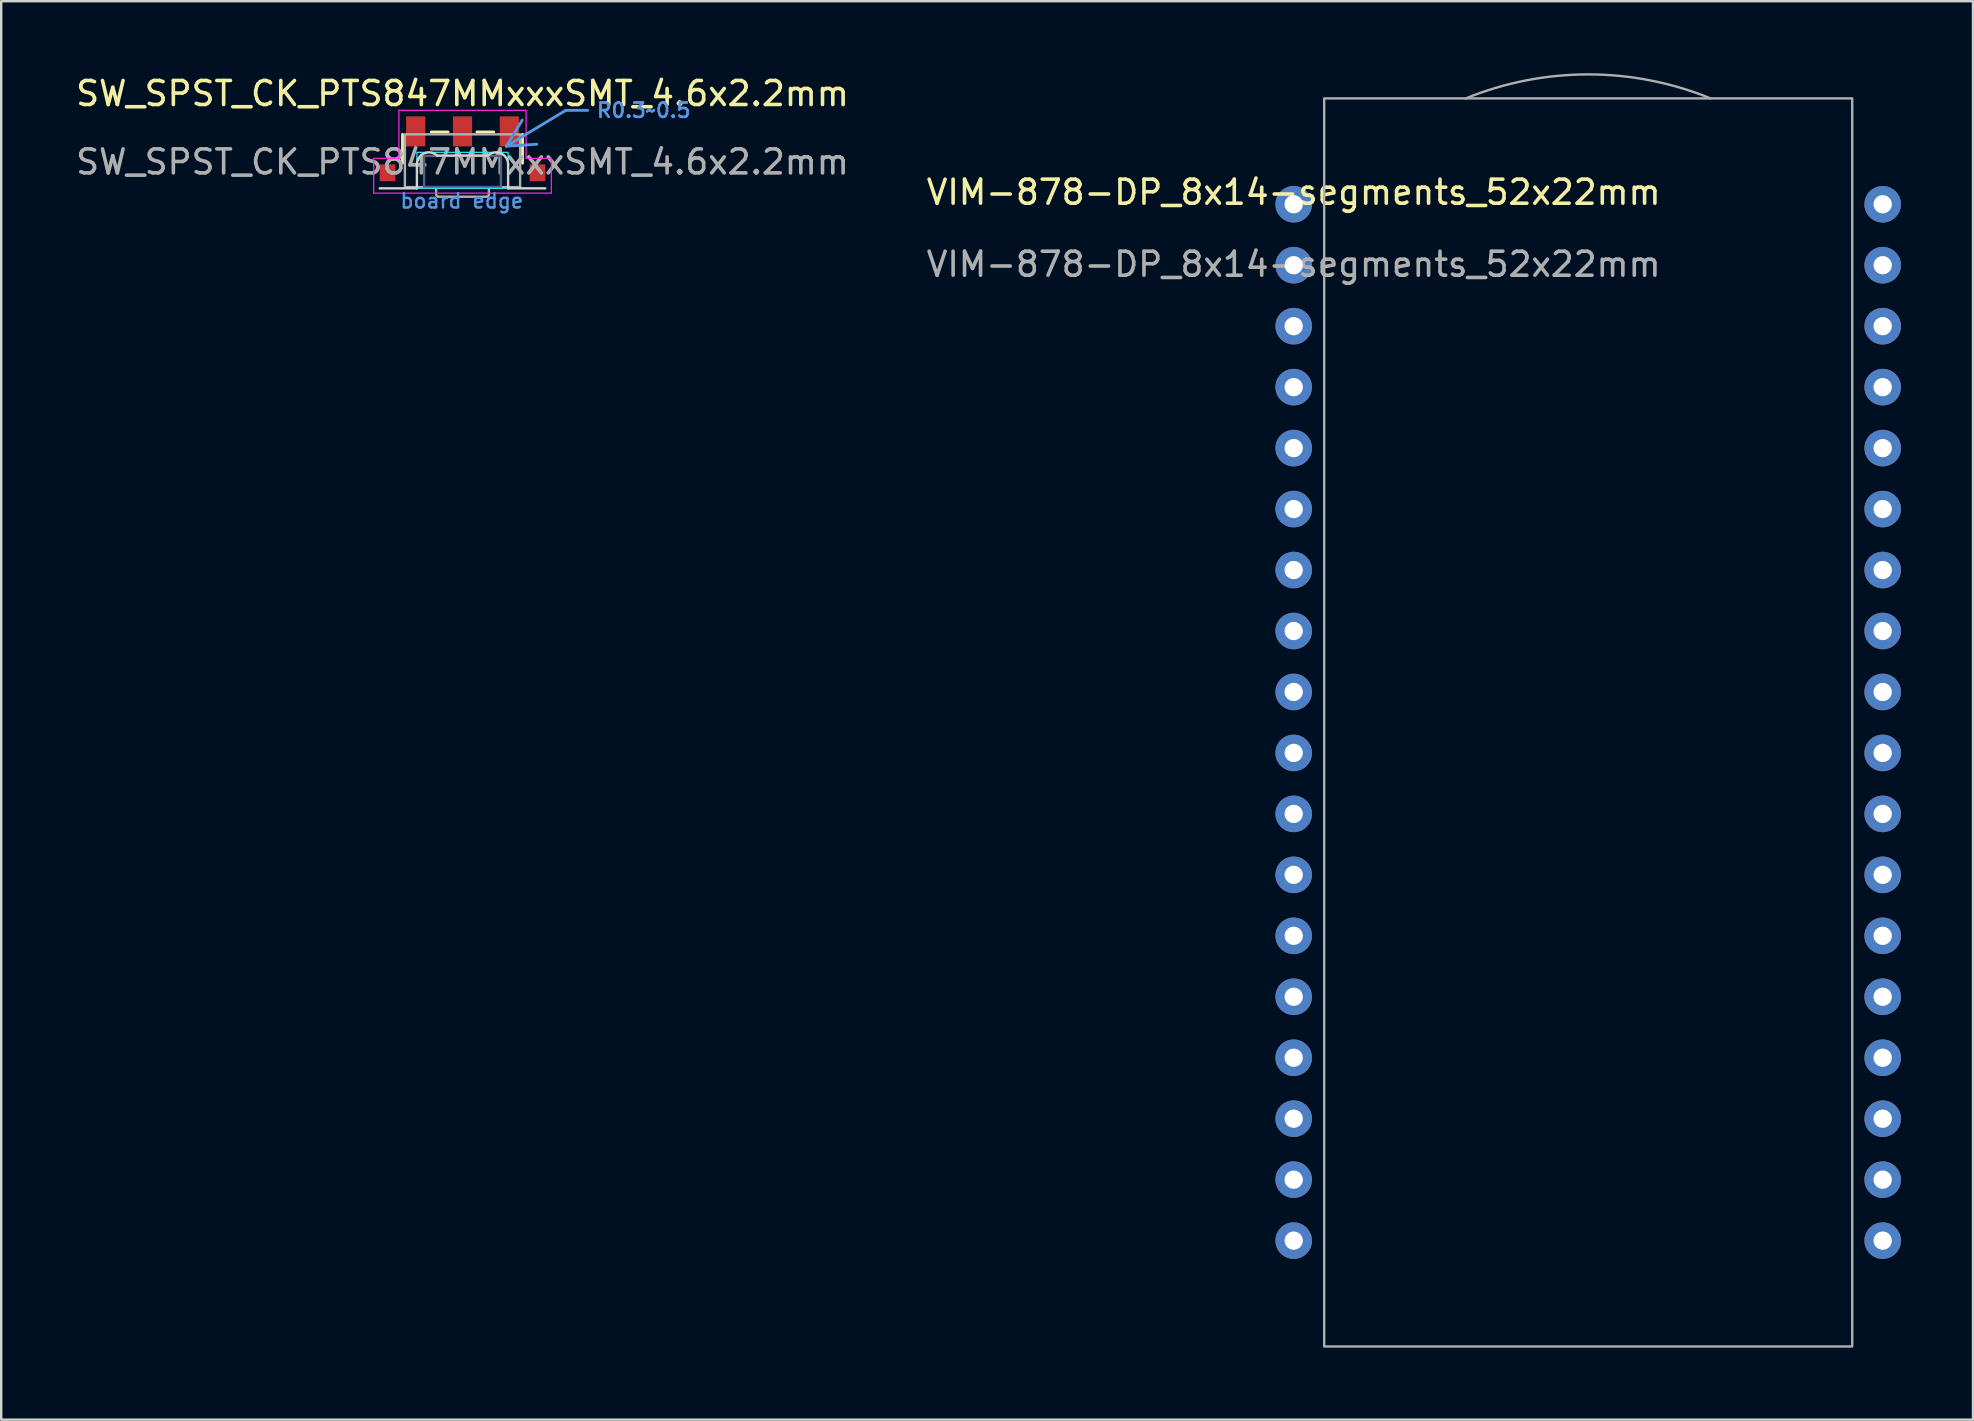
<source format=kicad_pcb>
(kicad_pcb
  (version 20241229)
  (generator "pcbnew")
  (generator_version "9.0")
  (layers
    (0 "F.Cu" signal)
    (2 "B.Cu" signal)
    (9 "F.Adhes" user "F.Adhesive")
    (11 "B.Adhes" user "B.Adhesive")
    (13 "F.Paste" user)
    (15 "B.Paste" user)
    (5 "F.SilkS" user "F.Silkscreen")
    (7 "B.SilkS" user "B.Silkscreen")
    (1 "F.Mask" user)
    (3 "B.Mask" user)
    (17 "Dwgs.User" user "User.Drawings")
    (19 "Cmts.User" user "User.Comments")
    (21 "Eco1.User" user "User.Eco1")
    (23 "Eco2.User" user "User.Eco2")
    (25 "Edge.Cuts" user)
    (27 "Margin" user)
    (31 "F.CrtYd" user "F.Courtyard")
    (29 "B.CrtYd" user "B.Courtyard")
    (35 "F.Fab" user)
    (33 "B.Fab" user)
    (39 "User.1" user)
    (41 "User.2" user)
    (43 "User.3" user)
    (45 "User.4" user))
  (footprint "VIM-878-DP_8x14-segments_52x22mm"
    (layer "F.Cu")
    (at 50.851 5.46)
    (property "Reference" "VIM-878-DP_8x14-segments_52x22mm" (at 0 -0.5 0) (unlocked yes) (layer "F.SilkS") (effects (font (size 1 1) (thickness 0.15))))
    (attr through_hole)
    (fp_rect (start 1.27 -4.41) (end 23.27 47.59) (stroke (width 0.1) (type default)) (fill no) (layer "F.Fab"))
    (fp_arc (start 7.17 -4.41) (mid 12.27 -5.41037) (end 17.37 -4.41) (stroke (width 0.1) (type default)) (layer "F.Fab"))
    (fp_text user "${REFERENCE}" (at 0 2.5 0) (unlocked yes) (layer "F.Fab") (effects (font (size 1 1) (thickness 0.15))))
    (pad "1" thru_hole circle (at 0 0) (size 1.524 1.524) (drill 0.762) (layers "*.Cu" "*.Mask"))
    (pad "2" thru_hole circle (at 0 2.54) (size 1.524 1.524) (drill 0.762) (layers "*.Cu" "*.Mask"))
    (pad "3" thru_hole circle (at 0 5.08) (size 1.524 1.524) (drill 0.762) (layers "*.Cu" "*.Mask"))
    (pad "4" thru_hole circle (at 0 7.62) (size 1.524 1.524) (drill 0.762) (layers "*.Cu" "*.Mask"))
    (pad "5" thru_hole circle (at 0 10.16) (size 1.524 1.524) (drill 0.762) (layers "*.Cu" "*.Mask"))
    (pad "6" thru_hole circle (at 0 12.7) (size 1.524 1.524) (drill 0.762) (layers "*.Cu" "*.Mask"))
    (pad "7" thru_hole circle (at 0 15.24) (size 1.524 1.524) (drill 0.762) (layers "*.Cu" "*.Mask"))
    (pad "8" thru_hole circle (at 0 17.78) (size 1.524 1.524) (drill 0.762) (layers "*.Cu" "*.Mask"))
    (pad "9" thru_hole circle (at 0 20.32) (size 1.524 1.524) (drill 0.762) (layers "*.Cu" "*.Mask"))
    (pad "10" thru_hole circle (at 0 22.86) (size 1.524 1.524) (drill 0.762) (layers "*.Cu" "*.Mask"))
    (pad "11" thru_hole circle (at 0 25.4) (size 1.524 1.524) (drill 0.762) (layers "*.Cu" "*.Mask"))
    (pad "12" thru_hole circle (at 0 27.94) (size 1.524 1.524) (drill 0.762) (layers "*.Cu" "*.Mask"))
    (pad "13" thru_hole circle (at 0 30.48) (size 1.524 1.524) (drill 0.762) (layers "*.Cu" "*.Mask"))
    (pad "14" thru_hole circle (at 0 33.02) (size 1.524 1.524) (drill 0.762) (layers "*.Cu" "*.Mask"))
    (pad "15" thru_hole circle (at 0 35.56) (size 1.524 1.524) (drill 0.762) (layers "*.Cu" "*.Mask"))
    (pad "16" thru_hole circle (at 0 38.1) (size 1.524 1.524) (drill 0.762) (layers "*.Cu" "*.Mask"))
    (pad "17" thru_hole circle (at 0 40.64) (size 1.524 1.524) (drill 0.762) (layers "*.Cu" "*.Mask"))
    (pad "18" thru_hole circle (at 0 43.18) (size 1.524 1.524) (drill 0.762) (layers "*.Cu" "*.Mask"))
    (pad "19" thru_hole circle (at 24.54 43.18) (size 1.524 1.524) (drill 0.762) (layers "*.Cu" "*.Mask"))
    (pad "20" thru_hole circle (at 24.54 40.64) (size 1.524 1.524) (drill 0.762) (layers "*.Cu" "*.Mask"))
    (pad "21" thru_hole circle (at 24.54 38.1) (size 1.524 1.524) (drill 0.762) (layers "*.Cu" "*.Mask"))
    (pad "22" thru_hole circle (at 24.54 35.56) (size 1.524 1.524) (drill 0.762) (layers "*.Cu" "*.Mask"))
    (pad "23" thru_hole circle (at 24.54 33.02) (size 1.524 1.524) (drill 0.762) (layers "*.Cu" "*.Mask"))
    (pad "24" thru_hole circle (at 24.54 30.48) (size 1.524 1.524) (drill 0.762) (layers "*.Cu" "*.Mask"))
    (pad "25" thru_hole circle (at 24.54 27.94) (size 1.524 1.524) (drill 0.762) (layers "*.Cu" "*.Mask"))
    (pad "26" thru_hole circle (at 24.54 25.4) (size 1.524 1.524) (drill 0.762) (layers "*.Cu" "*.Mask"))
    (pad "27" thru_hole circle (at 24.54 22.86) (size 1.524 1.524) (drill 0.762) (layers "*.Cu" "*.Mask"))
    (pad "28" thru_hole circle (at 24.54 20.32) (size 1.524 1.524) (drill 0.762) (layers "*.Cu" "*.Mask"))
    (pad "29" thru_hole circle (at 24.54 17.78) (size 1.524 1.524) (drill 0.762) (layers "*.Cu" "*.Mask"))
    (pad "30" thru_hole circle (at 24.54 15.24) (size 1.524 1.524) (drill 0.762) (layers "*.Cu" "*.Mask"))
    (pad "31" thru_hole circle (at 24.54 12.7) (size 1.524 1.524) (drill 0.762) (layers "*.Cu" "*.Mask"))
    (pad "32" thru_hole circle (at 24.54 10.16) (size 1.524 1.524) (drill 0.762) (layers "*.Cu" "*.Mask"))
    (pad "33" thru_hole circle (at 24.54 7.62) (size 1.524 1.524) (drill 0.762) (layers "*.Cu" "*.Mask"))
    (pad "34" thru_hole circle (at 24.54 5.08) (size 1.524 1.524) (drill 0.762) (layers "*.Cu" "*.Mask"))
    (pad "35" thru_hole circle (at 24.54 2.54) (size 1.524 1.524) (drill 0.762) (layers "*.Cu" "*.Mask"))
    (pad "36" thru_hole circle (at 24.54 0) (size 1.524 1.524) (drill 0.762) (layers "*.Cu" "*.Mask")))
  (footprint "SW_SPST_CK_PTS847MMxxxSMT_4.6x2.2mm"
    (layer "F.Cu")
    (at 16.22 3.448)
    (property "Reference" "SW_SPST_CK_PTS847MMxxxSMT_4.6x2.2mm" (at 0 -2.6 0) (unlocked yes) (layer "F.SilkS") (effects (font (size 1 1) (thickness 0.15))))
    (attr smd)
    (fp_line (start -2.5 0.3) (end -2.5 -0.9) (stroke (width 0.12) (type default)) (layer "F.SilkS"))
    (fp_line (start -1.3 -1) (end -0.6 -1) (stroke (width 0.12) (type default)) (layer "F.SilkS"))
    (fp_line (start 0.6 -1) (end 1.3 -1) (stroke (width 0.12) (type default)) (layer "F.SilkS"))
    (fp_line (start 2.5 0.3) (end 2.5 -0.9) (stroke (width 0.12) (type default)) (layer "F.SilkS"))
    (fp_line (start -3.45 1.35) (end -1.9 1.35) (stroke (width 0.1) (type default)) (layer "Edge.Cuts"))
    (fp_line (start -1.9 1.35) (end -1.9 0.35) (stroke (width 0.1) (type default)) (layer "Edge.Cuts"))
    (fp_line (start 1.06 -0.016) (end -1.06 -0.016) (stroke (width 0.1) (type default)) (layer "Edge.Cuts"))
    (fp_line (start 1.9 0.35) (end 1.9 1.35) (stroke (width 0.1) (type default)) (layer "Edge.Cuts"))
    (fp_line (start 3.45 1.35) (end 1.9 1.35) (stroke (width 0.1) (type default)) (layer "Edge.Cuts"))
    (fp_arc (start -1.9 0.35) (mid -1.599859 -0.108319) (end -1.059774 -0.016397) (stroke (width 0.1) (type default)) (layer "Edge.Cuts"))
    (fp_arc (start 1.059774 -0.016397) (mid 1.599859 -0.10832) (end 1.9 0.35) (stroke (width 0.1) (type default)) (layer "Edge.Cuts"))
    (fp_rect (start -1.9 1.35) (end 1.9 -0.15) (stroke (width 0.05) (type default)) (fill no) (layer "B.CrtYd"))
    (fp_line (start -3.7 0.1) (end -2.65 0.1) (stroke (width 0.05) (type default)) (layer "F.CrtYd"))
    (fp_line (start -3.7 1.55) (end -3.7 0.1) (stroke (width 0.05) (type default)) (layer "F.CrtYd"))
    (fp_line (start -2.65 -1.9) (end 2.65 -1.9) (stroke (width 0.05) (type default)) (layer "F.CrtYd"))
    (fp_line (start -2.65 0.1) (end -2.65 -1.9) (stroke (width 0.05) (type default)) (layer "F.CrtYd"))
    (fp_line (start 2.65 0.1) (end 2.65 -1.9) (stroke (width 0.05) (type default)) (layer "F.CrtYd"))
    (fp_line (start 3.7 0.1) (end 2.65 0.1) (stroke (width 0.05) (type default)) (layer "F.CrtYd"))
    (fp_line (start 3.7 1.55) (end -3.7 1.55) (stroke (width 0.05) (type default)) (layer "F.CrtYd"))
    (fp_line (start 3.7 1.55) (end 3.7 0.1) (stroke (width 0.05) (type default)) (layer "F.CrtYd"))
    (fp_rect (start -1.6 0) (end 1.6 1.3) (stroke (width 0.1) (type default)) (fill no) (layer "B.Fab"))
    (fp_line (start -1.1 1.6) (end -1.1 1.3) (stroke (width 0.1) (type default)) (layer "F.Fab"))
    (fp_line (start 1 1.7) (end -1 1.7) (stroke (width 0.1) (type default)) (layer "F.Fab"))
    (fp_line (start 1.1 1.3) (end 1.1 1.6) (stroke (width 0.1) (type default)) (layer "F.Fab"))
    (fp_rect (start -2.4 -0.9) (end 2.4 1.3) (stroke (width 0.1) (type default)) (fill no) (layer "F.Fab"))
    (fp_arc (start -1 1.7) (mid -1.070711 1.670711) (end -1.1 1.6) (stroke (width 0.1) (type default)) (layer "F.Fab"))
    (fp_arc (start 1.1 1.6) (mid 1.070711 1.670711) (end 1 1.7) (stroke (width 0.1) (type default)) (layer "F.Fab"))
    (fp_text user "board edge" (at -2.65 2.225 0) (unlocked yes) (layer "Cmts.User") (effects (font (size 0.6 0.6) (thickness 0.1)) (justify left bottom)))
    (fp_text user "${REFERENCE}" (at 0 0.25 0) (unlocked yes) (layer "F.Fab") (effects (font (size 1 1) (thickness 0.15))))
    (dimension (type leader) (layer "Cmts.User") (pts (xy 17.62 3.298) (xy 20.52 1.548)) (format (prefix "") (suffix "") (units 0) (units_format 0) (precision 4) (override_value "R0.3~0.5")) (style (thickness 0.12) (arrow_length 1.27) (text_position_mode 0) (text_frame 0) (extension_offset 0.5)) (gr_text "R0.3~0.5" (at 23.77 1.548 0) (layer "Cmts.User") (effects (font (size 0.6 0.6) (thickness 0.1)))))
    (pad "1" smd rect (at -1.95 -1.025) (size 0.8 1.25) (layers "F.Cu" "F.Mask" "F.Paste"))
    (pad "1" smd rect (at 1.95 -1.025) (size 0.8 1.25) (layers "F.Cu" "F.Mask" "F.Paste"))
    (pad "2" smd rect (at 0 -1.025) (size 0.8 1.25) (layers "F.Cu" "F.Mask" "F.Paste"))
    (pad "~" smd rect (at -3.125 0.7) (size 0.65 0.7) (layers "F.Cu" "F.Mask" "F.Paste"))
    (pad "~" smd rect (at 3.125 0.7) (size 0.65 0.7) (layers "F.Cu" "F.Mask" "F.Paste")))
  (gr_rect
    (start -3 -3)
    (end 79.153 56.1)
    (stroke (width 0.1) (type default))
    (fill no)
    (layer "Edge.Cuts")))
</source>
